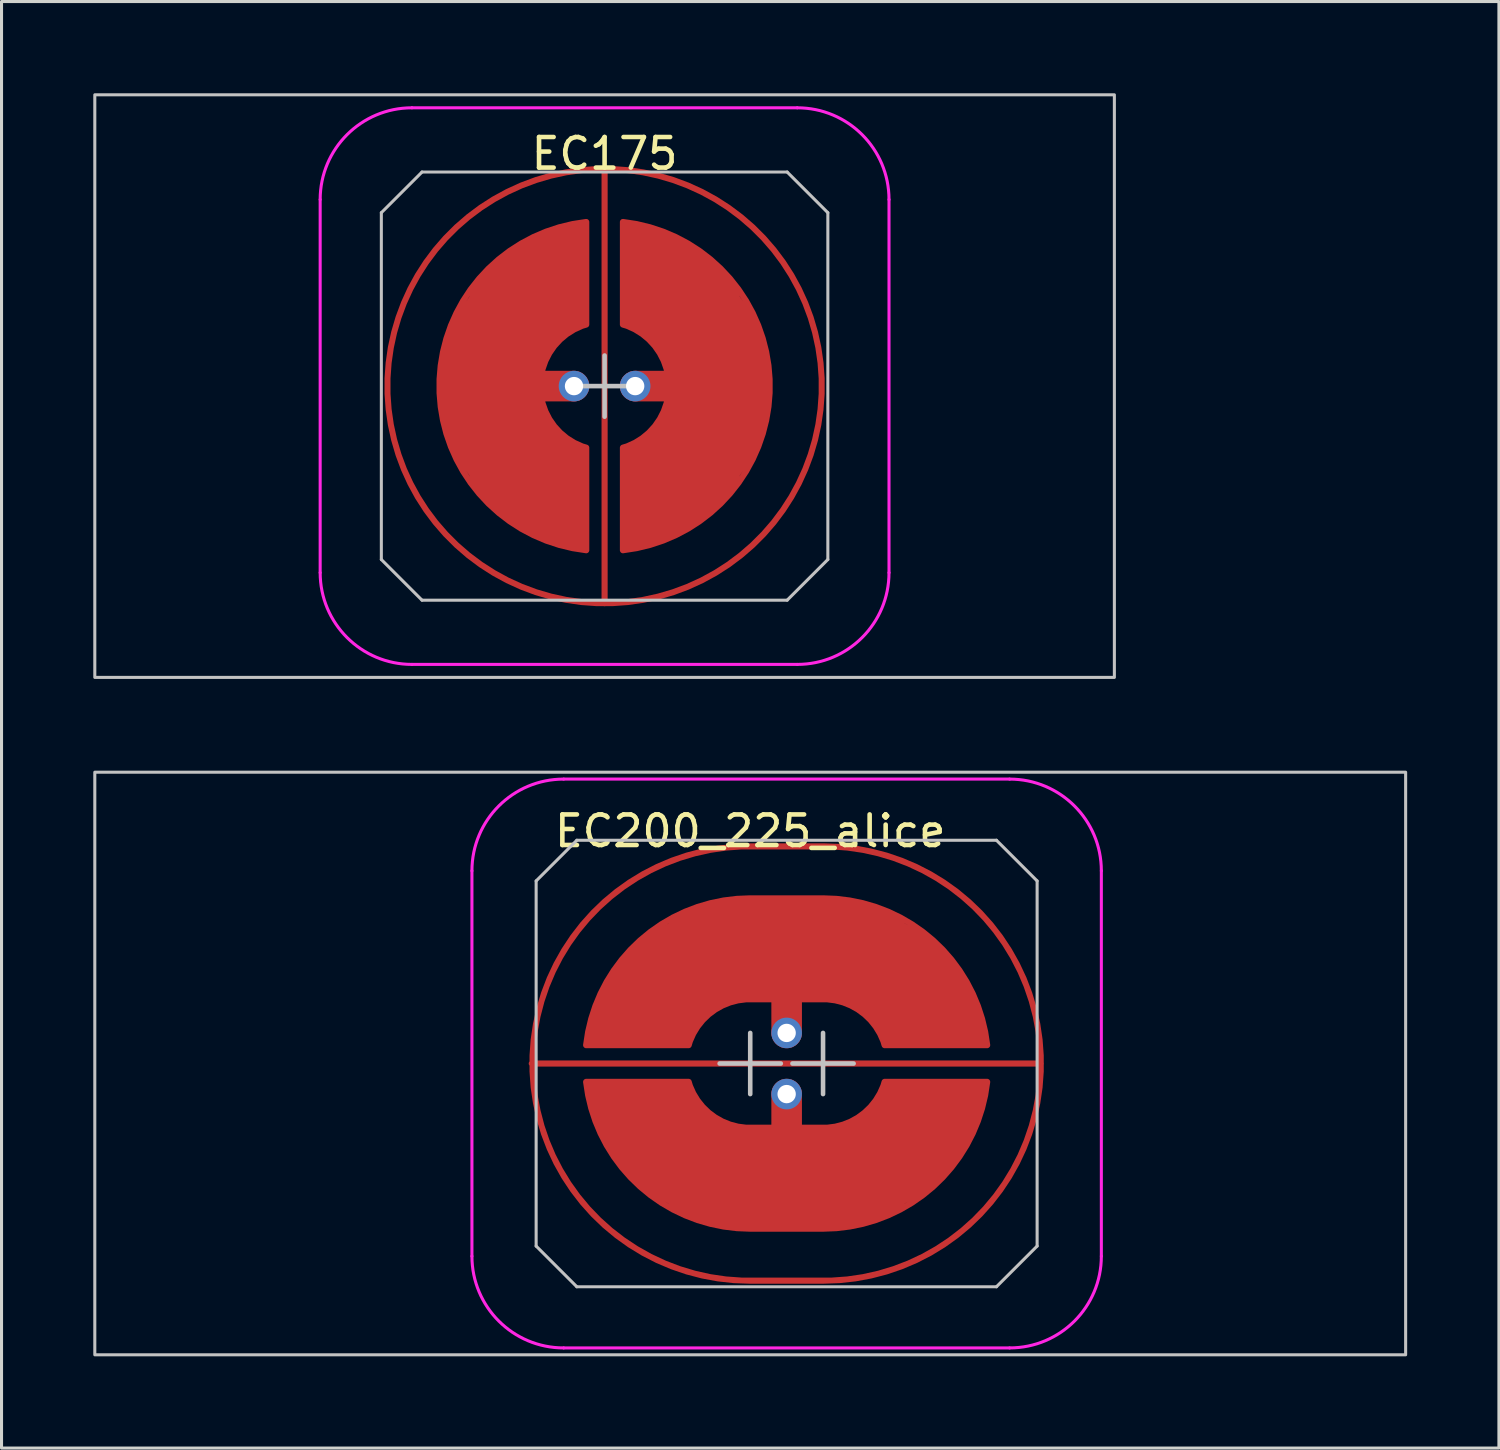
<source format=kicad_pcb>
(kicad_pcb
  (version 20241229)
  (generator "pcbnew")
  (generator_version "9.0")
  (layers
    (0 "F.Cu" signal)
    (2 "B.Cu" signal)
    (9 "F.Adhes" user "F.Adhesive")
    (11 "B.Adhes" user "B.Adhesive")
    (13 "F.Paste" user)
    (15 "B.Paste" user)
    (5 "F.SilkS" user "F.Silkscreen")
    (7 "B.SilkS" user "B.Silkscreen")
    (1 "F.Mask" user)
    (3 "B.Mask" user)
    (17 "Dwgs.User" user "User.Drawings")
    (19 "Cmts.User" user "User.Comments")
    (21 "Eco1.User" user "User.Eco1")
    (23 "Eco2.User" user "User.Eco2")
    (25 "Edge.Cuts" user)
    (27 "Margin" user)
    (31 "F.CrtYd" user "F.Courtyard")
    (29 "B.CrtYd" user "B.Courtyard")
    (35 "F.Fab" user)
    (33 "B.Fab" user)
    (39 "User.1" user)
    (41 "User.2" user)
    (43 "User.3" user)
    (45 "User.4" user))
  (footprint "EC175"
    (layer "F.Cu")
    (at 16.719 9.575)
    (property "Reference" "EC175" (at 0 -7.6 0) (layer "F.SilkS") (effects (font (size 1 1) (thickness 0.15))))
    (attr through_hole exclude_from_pos_files exclude_from_bom)
    (fp_line (start -7.3 -5.67) (end -5.97 -7) (stroke (width 0.1) (type solid)) (layer "Dwgs.User"))
    (fp_line (start -7.3 5.67) (end -7.3 -5.67) (stroke (width 0.1) (type solid)) (layer "Dwgs.User"))
    (fp_line (start -7.3 5.67) (end -5.97 7) (stroke (width 0.1) (type solid)) (layer "Dwgs.User"))
    (fp_line (start -5.97 -7) (end 5.97 -7) (stroke (width 0.1) (type solid)) (layer "Dwgs.User"))
    (fp_line (start -1 0) (end 1 0) (stroke (width 0.15) (type default)) (layer "Dwgs.User"))
    (fp_line (start 0 -1) (end 0 1) (stroke (width 0.15) (type default)) (layer "Dwgs.User"))
    (fp_line (start 5.97 -7) (end 7.3 -5.67) (stroke (width 0.1) (type solid)) (layer "Dwgs.User"))
    (fp_line (start 5.97 7) (end -5.97 7) (stroke (width 0.1) (type solid)) (layer "Dwgs.User"))
    (fp_line (start 7.3 -5.67) (end 7.3 5.67) (stroke (width 0.1) (type solid)) (layer "Dwgs.User"))
    (fp_line (start 7.3 5.67) (end 5.97 7) (stroke (width 0.1) (type solid)) (layer "Dwgs.User"))
    (fp_rect (start -16.669 -9.525) (end 16.669 9.525) (stroke (width 0.1) (type solid)) (fill no) (layer "Dwgs.User"))
    (fp_line (start -9.3 6.1) (end -9.3 -6.1) (stroke (width 0.1) (type solid)) (layer "F.CrtYd"))
    (fp_line (start -6.3 -9.1) (end 6.3 -9.1) (stroke (width 0.1) (type solid)) (layer "F.CrtYd"))
    (fp_line (start -6.3 9.1) (end 6.3 9.1) (stroke (width 0.1) (type solid)) (layer "F.CrtYd"))
    (fp_line (start 9.3 -6.1) (end 9.3 6.1) (stroke (width 0.1) (type solid)) (layer "F.CrtYd"))
    (fp_arc (start -9.3 -6.1) (mid -8.42132 -8.22132) (end -6.3 -9.1) (stroke (width 0.1) (type solid)) (layer "F.CrtYd"))
    (fp_arc (start -6.3 9.1) (mid -8.42132 8.22132) (end -9.3 6.1) (stroke (width 0.1) (type solid)) (layer "F.CrtYd"))
    (fp_arc (start 6.3 -9.1) (mid 8.42132 -8.22132) (end 9.3 -6.1) (stroke (width 0.1) (type solid)) (layer "F.CrtYd"))
    (fp_arc (start 9.3 6.1) (mid 8.42132 8.22132) (end 6.3 9.1) (stroke (width 0.1) (type solid)) (layer "F.CrtYd"))
    (pad "" smd circle (at -1 0) (size 0.55 0.55) (layers "F.Mask"))
    (pad "" smd circle (at 1 0) (size 0.55 0.55) (layers "F.Mask"))
    (pad "1" smd custom (at 0 0 90) (size 0.2 0.2) (layers "F.Cu") (options (anchor circle)) (primitives (gr_line (start 7.1 0) (end -7.1 0) (width 0.2)) (gr_circle (center 0 0) (end 7.1 0) (width 0.2) (fill no))))
    (pad "2" smd custom (at -4.1 0) (size 0.2 0.2) (layers "F.Cu") (options (anchor circle)) (primitives (gr_poly (pts (xy 3.1 5.3) (xy 2.1 5) (xy 1.1 4.5) (xy 0.1 3.6) (xy -0.9 2) (xy -1.2 1) (xy -1.3 0) (xy -1.2 -1) (xy -0.9 -2) (xy 0.1 -3.6) (xy 1.1 -4.5) (xy 2.1 -5) (xy 3.1 -5.3) (xy 3.5 -5.367) (xy 3.5 -2.012) (xy 3.1 -1.8) (xy 2.2 -1) (xy 2 0) (xy 2.2 1) (xy 3.1 1.8) (xy 3.5 2.012) (xy 3.5 5.367)) (width 0) (fill yes)) (gr_line (start 3.1 0) (end 0.6 0) (width 1)) (gr_line (start 3.5 2.012) (end 3.5 5.367) (width 0.2)) (gr_line (start 3.5 -2.012) (end 3.5 -5.367) (width 0.2)) (gr_arc (start 3.5 5.366562) (mid -1.299999 0.001944) (end 3.496136 -5.366129) (width 0.2)) (gr_arc (start 3.5 2.01246) (mid 2.000002 0.001775) (end 3.496598 -2.011443) (width 0.2))))
    (pad "2" thru_hole circle (at -1 0) (size 1 1) (drill 0.6) (layers "*.Cu" "B.Mask"))
    (pad "3" thru_hole circle (at 1 0) (size 1 1) (drill 0.6) (layers "*.Cu" "B.Mask"))
    (pad "3" smd custom (at 4.1 0) (size 0.2 0.2) (layers "F.Cu") (options (anchor circle)) (primitives (gr_poly (pts (xy -3.1 -5.3) (xy -2.1 -5) (xy -1.1 -4.5) (xy -0.1 -3.6) (xy 0.9 -2) (xy 1.2 -1) (xy 1.3 0) (xy 1.2 1) (xy 0.9 2) (xy -0.1 3.6) (xy -1.1 4.5) (xy -2.1 5) (xy -3.5 5.367) (xy -3.5 2.012) (xy -3.1 1.8) (xy -2.2 1) (xy -2 0) (xy -2.2 -1) (xy -3.1 -1.8) (xy -3.5 -2.012) (xy -3.5 -5.367)) (width 0) (fill yes)) (gr_line (start -3.5 -2.012) (end -3.5 -5.367) (width 0.2)) (gr_arc (start -3.5 -2.01246) (mid -2.000002 -0.001775) (end -3.496598 2.011443) (width 0.2)) (gr_arc (start -3.5 -5.366562) (mid 1.299999 -0.001944) (end -3.496136 5.366129) (width 0.2)) (gr_line (start -3.5 2.012) (end -3.5 5.367) (width 0.2)) (gr_line (start -0.6 0) (end -3.1 0) (width 1))))
    (zone (net_name "") (layers "F.Cu" "B.Cu") (hatch edge 0.508) (connect_pads) (min_thickness 0.254) (filled_areas_thickness no) (keepout (tracks allowed) (vias allowed) (pads allowed) (copperpour not_allowed) (footprints allowed)) (placement (enabled no)) (fill) (polygon (pts (xy 17.719 2.575) (xy 18.719 2.775) (xy 19.719 3.175) (xy 20.719 3.675) (xy 21.719 4.575) (xy 22.619 5.575) (xy 23.119 6.575) (xy 23.519 7.575) (xy 23.719 8.575) (xy 23.819 9.575) (xy 23.719 10.575) (xy 23.519 11.575) (xy 23.119 12.575) (xy 22.719 13.375) (xy 21.719 14.675) (xy 20.719 15.475) (xy 19.719 16.075) (xy 18.719 16.375) (xy 17.719 16.575) (xy 16.719 16.675) (xy 15.719 16.575) (xy 14.719 16.375) (xy 13.719 15.975) (xy 12.719 15.475) (xy 11.719 14.575) (xy 10.819 13.575) (xy 10.319 12.575) (xy 9.919 11.575) (xy 9.719 10.575) (xy 9.619 9.575) (xy 9.719 8.575) (xy 9.919 7.675) (xy 10.319 6.575) (xy 10.819 5.575) (xy 11.619 4.575) (xy 12.719 3.675) (xy 13.719 3.175) (xy 14.719 2.775) (xy 15.719 2.575) (xy 16.719 2.475)))))
  (footprint "EC200_225_alice"
    (layer "F.Cu")
    (at 21.481 31.725)
    (property "Reference" "EC200_225_alice" (at 0 -7.6 0) (layer "F.SilkS") (effects (font (size 1 1) (thickness 0.15))))
    (attr through_hole exclude_from_pos_files exclude_from_bom)
    (fp_line (start -7 5.97) (end -7 -5.97) (stroke (width 0.1) (type solid)) (layer "Dwgs.User"))
    (fp_line (start -5.67 -7.3) (end -7 -5.97) (stroke (width 0.1) (type solid)) (layer "Dwgs.User"))
    (fp_line (start -5.67 -7.3) (end 8.051 -7.3) (stroke (width 0.1) (type solid)) (layer "Dwgs.User"))
    (fp_line (start -5.67 7.3) (end -7 5.97) (stroke (width 0.1) (type solid)) (layer "Dwgs.User"))
    (fp_line (start 0 -1) (end 0 1) (stroke (width 0.15) (type default)) (layer "Dwgs.User"))
    (fp_line (start 1 0) (end -1 0) (stroke (width 0.15) (type default)) (layer "Dwgs.User"))
    (fp_line (start 1.381 0) (end 3.381 0) (stroke (width 0.15) (type default)) (layer "Dwgs.User"))
    (fp_line (start 2.381 1) (end 2.381 -1) (stroke (width 0.15) (type default)) (layer "Dwgs.User"))
    (fp_line (start 8.051 -7.3) (end 9.381 -5.97) (stroke (width 0.1) (type solid)) (layer "Dwgs.User"))
    (fp_line (start 8.051 7.3) (end -5.67 7.3) (stroke (width 0.1) (type solid)) (layer "Dwgs.User"))
    (fp_line (start 8.051 7.3) (end 9.381 5.97) (stroke (width 0.1) (type solid)) (layer "Dwgs.User"))
    (fp_line (start 9.381 -5.97) (end 9.381 5.97) (stroke (width 0.1) (type solid)) (layer "Dwgs.User"))
    (fp_rect (start -21.431 -9.525) (end 21.431 9.525) (stroke (width 0.1) (type solid)) (fill no) (layer "Dwgs.User"))
    (fp_line (start -9.1 -6.3) (end -9.1 6.3) (stroke (width 0.1) (type solid)) (layer "F.CrtYd"))
    (fp_line (start -6.1 -9.3) (end 8.481 -9.3) (stroke (width 0.1) (type default)) (layer "F.CrtYd"))
    (fp_line (start -6.1 9.3) (end 8.481 9.3) (stroke (width 0.1) (type default)) (layer "F.CrtYd"))
    (fp_line (start 11.481 6.3) (end 11.481 -6.3) (stroke (width 0.1) (type solid)) (layer "F.CrtYd"))
    (fp_arc (start -9.1 -6.3) (mid -8.22132 -8.42132) (end -6.1 -9.3) (stroke (width 0.1) (type solid)) (layer "F.CrtYd"))
    (fp_arc (start -6.1 9.3) (mid -8.22132 8.42132) (end -9.1 6.3) (stroke (width 0.1) (type solid)) (layer "F.CrtYd"))
    (fp_arc (start 8.48125 -9.3) (mid 10.60257 -8.42132) (end 11.48125 -6.3) (stroke (width 0.1) (type solid)) (layer "F.CrtYd"))
    (fp_arc (start 11.48125 6.3) (mid 10.60257 8.42132) (end 8.48125 9.3) (stroke (width 0.1) (type solid)) (layer "F.CrtYd"))
    (pad "" smd circle (at 1.191 -1 90) (size 0.55 0.55) (layers "F.Mask"))
    (pad "" smd circle (at 1.191 1 90) (size 0.55 0.55) (layers "F.Mask"))
    (pad "1" smd custom (at -7.144 -0.000001 90) (size 0.2 0.2) (layers "F.Cu") (options (anchor circle)) (primitives (gr_arc (start -7.1 7.121876) (mid 0 0.021876) (end 7.1 7.121876) (width 0.2)) (gr_line (start 7.1 7.122) (end 7.1 9.547) (width 0.2)) (gr_line (start -7.1 7.122) (end -7.1 9.547) (width 0.2)) (gr_arc (start 7.1 9.546876) (mid 0 16.646876) (end -7.1 9.546876) (width 0.2)) (gr_line (start -0.000001 16.647) (end 0 0.022) (width 0.2))))
    (pad "2" thru_hole circle (at 1.191 1) (size 1 1) (drill 0.6) (layers "*.Cu" "B.Mask"))
    (pad "2" smd custom (at 1.191 3.763) (size 1.524 1.524) (layers "F.Cu") (options (anchor circle)) (primitives (gr_rect (start -1.191 -1.663) (end 1.191 1.637) (width 0.2) (fill yes)) (gr_poly (pts (xy 1.191 1.637) (xy 2.191 1.538) (xy 3.191 1.238) (xy 4.791 0.237) (xy 5.691 -0.762) (xy 6.191 -1.762) (xy 6.491 -2.763) (xy 6.557 -3.163) (xy 3.203 -3.163) (xy 2.991 -2.763) (xy 2.191 -1.863) (xy 1.191 -1.663)) (width 0) (fill yes)) (gr_poly (pts (xy -1.191 1.637) (xy -2.191 1.538) (xy -3.191 1.238) (xy -4.791 0.237) (xy -5.691 -0.762) (xy -6.191 -1.762) (xy -6.491 -2.763) (xy -6.557 -3.163) (xy -3.203 -3.163) (xy -2.991 -2.763) (xy -2.191 -1.863) (xy -1.191 -1.663)) (width 0) (fill yes)) (gr_arc (start 6.556754 -3.158638) (mid 4.789176 0.263717) (end 1.190625 1.637499) (width 0.2)) (gr_arc (start 3.202067 -3.159097) (mid 2.444189 -2.077696) (end 1.190625 -1.662501) (width 0.2)) (gr_arc (start -1.190625 1.637499) (mid -4.789176 0.263717) (end -6.556754 -3.158638) (width 0.2)) (gr_arc (start -1.190625 -1.662501) (mid -2.44419 -2.077694) (end -3.202067 -3.159097) (width 0.2)) (gr_line (start 3.203 -3.163) (end 6.557 -3.163) (width 0.2)) (gr_line (start 0 -2.763) (end 0 -0.263) (width 1)) (gr_line (start -3.203 -3.163) (end -6.557 -3.163) (width 0.2))))
    (pad "3" smd custom (at 1.191 -3.763) (size 1.524 1.524) (layers "F.Cu") (options (anchor circle)) (primitives (gr_rect (start -1.191 -1.637) (end 1.191 1.663) (width 0.2) (fill yes)) (gr_poly (pts (xy 1.191 -1.637) (xy 2.191 -1.538) (xy 3.191 -1.238) (xy 4.791 -0.237) (xy 5.691 0.762) (xy 6.191 1.762) (xy 6.491 2.763) (xy 6.557 3.163) (xy 3.203 3.163) (xy 2.991 2.763) (xy 2.191 1.863) (xy 1.191 1.663)) (width 0) (fill yes)) (gr_poly (pts (xy -1.191 -1.637) (xy -2.191 -1.538) (xy -3.191 -1.238) (xy -4.791 -0.237) (xy -5.691 0.762) (xy -6.191 1.762) (xy -6.491 2.763) (xy -6.557 3.163) (xy -3.203 3.163) (xy -2.991 2.763) (xy -2.191 1.863) (xy -1.191 1.663)) (width 0) (fill yes)) (gr_arc (start 1.190625 1.662501) (mid 2.44419 2.077693) (end 3.202065 3.159098) (width 0.2)) (gr_arc (start 1.190625 -1.637499) (mid 4.789176 -0.263717) (end 6.556754 3.158638) (width 0.2)) (gr_arc (start -3.202067 3.159097) (mid -2.44419 2.077694) (end -1.190625 1.662501) (width 0.2)) (gr_arc (start -6.556754 3.158638) (mid -4.789176 -0.263717) (end -1.190625 -1.637499) (width 0.2)) (gr_line (start 3.203 3.163) (end 6.557 3.163) (width 0.2)) (gr_line (start 0 2.763) (end 0 0.263) (width 1)) (gr_line (start -3.203 3.163) (end -6.557 3.163) (width 0.2))))
    (pad "3" thru_hole circle (at 1.191 -1) (size 1 1) (drill 0.6) (layers "*.Cu" "B.Mask"))
    (zone (net_name "") (layers "F.Cu" "B.Cu") (hatch edge 0.508) (connect_pads) (min_thickness 0.254) (filled_areas_thickness no) (keepout (tracks allowed) (vias allowed) (pads allowed) (copperpour not_allowed) (footprints allowed)) (placement (enabled no)) (fill) (polygon (pts (xy 24.906 24.725) (xy 25.906 24.925) (xy 26.906 25.325) (xy 27.906 25.825) (xy 28.906 26.725) (xy 29.806 27.725) (xy 30.306 28.725) (xy 30.706 29.725) (xy 30.906 30.725) (xy 31.006 31.725) (xy 30.906 32.725) (xy 30.706 33.725) (xy 30.306 34.725) (xy 29.906 35.525) (xy 28.906 36.825) (xy 27.906 37.625) (xy 26.906 38.225) (xy 25.906 38.525) (xy 24.906 38.725) (xy 23.906 38.825) (xy 21.437 38.825) (xy 20.437 38.725) (xy 19.437 38.525) (xy 18.437 38.125) (xy 17.437 37.625) (xy 16.437 36.725) (xy 15.537 35.725) (xy 15.037 34.725) (xy 14.637 33.725) (xy 14.437 32.725) (xy 14.337 31.725) (xy 14.437 30.725) (xy 14.637 29.825) (xy 15.037 28.725) (xy 15.537 27.725) (xy 16.337 26.725) (xy 17.437 25.825) (xy 18.437 25.325) (xy 19.437 24.925) (xy 20.437 24.725) (xy 21.437 24.625) (xy 23.906 24.625)))))
  (gr_rect
    (start -3 -3)
    (end 45.962 44.3)
    (stroke (width 0.1) (type default))
    (fill no)
    (layer "Edge.Cuts")))
</source>
